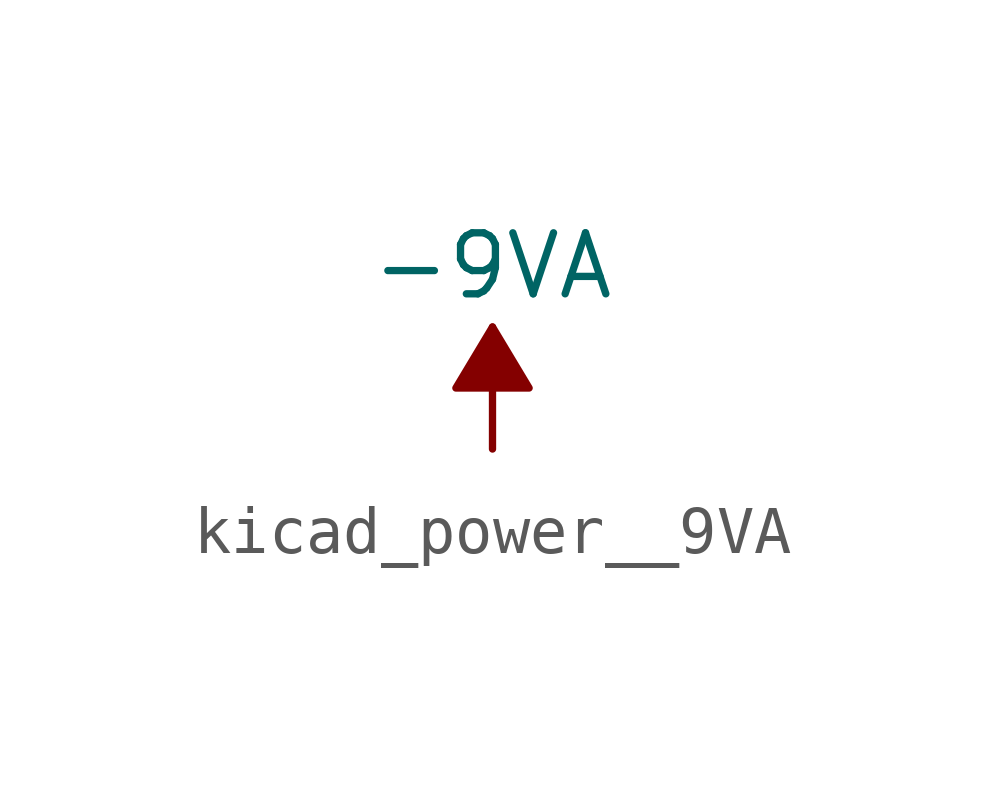
<source format=kicad_sym>
(kicad_symbol_lib
  (version 20220914)
  (generator kicad_symbol_editor)
  (symbol "kicad_power__9VA"
    (power)
    (pin_names
      (offset 0))
    (property "Reference" "#PWR"
      (at 0 -3.175 0)
      (effects (font (size 1.27 1.27)) hide))
    (property "Value" "-9VA"
      (at 0 3.81 0)
      (effects (font (size 1.27 1.27))))
    (symbol "kicad_power__9VA_0_1"
      (polyline (pts (xy 0 0) (xy 0 2.54)) (stroke (width 0) (type default)) (fill (type none)))
      (polyline (pts (xy 0.762 1.27) (xy -0.762 1.27) (xy 0 2.54) (xy 0.762 1.27)) (stroke (width 0) (type default)) (fill (type outline))))
    (symbol "kicad_power__9VA_1_1"
      (pin power_in line (at 0 0 90) (length 0) hide (name "-9VA" (effects (font (size 1.27 1.27)))) (number "1" (effects (font (size 1.27 1.27))))))))
</source>
